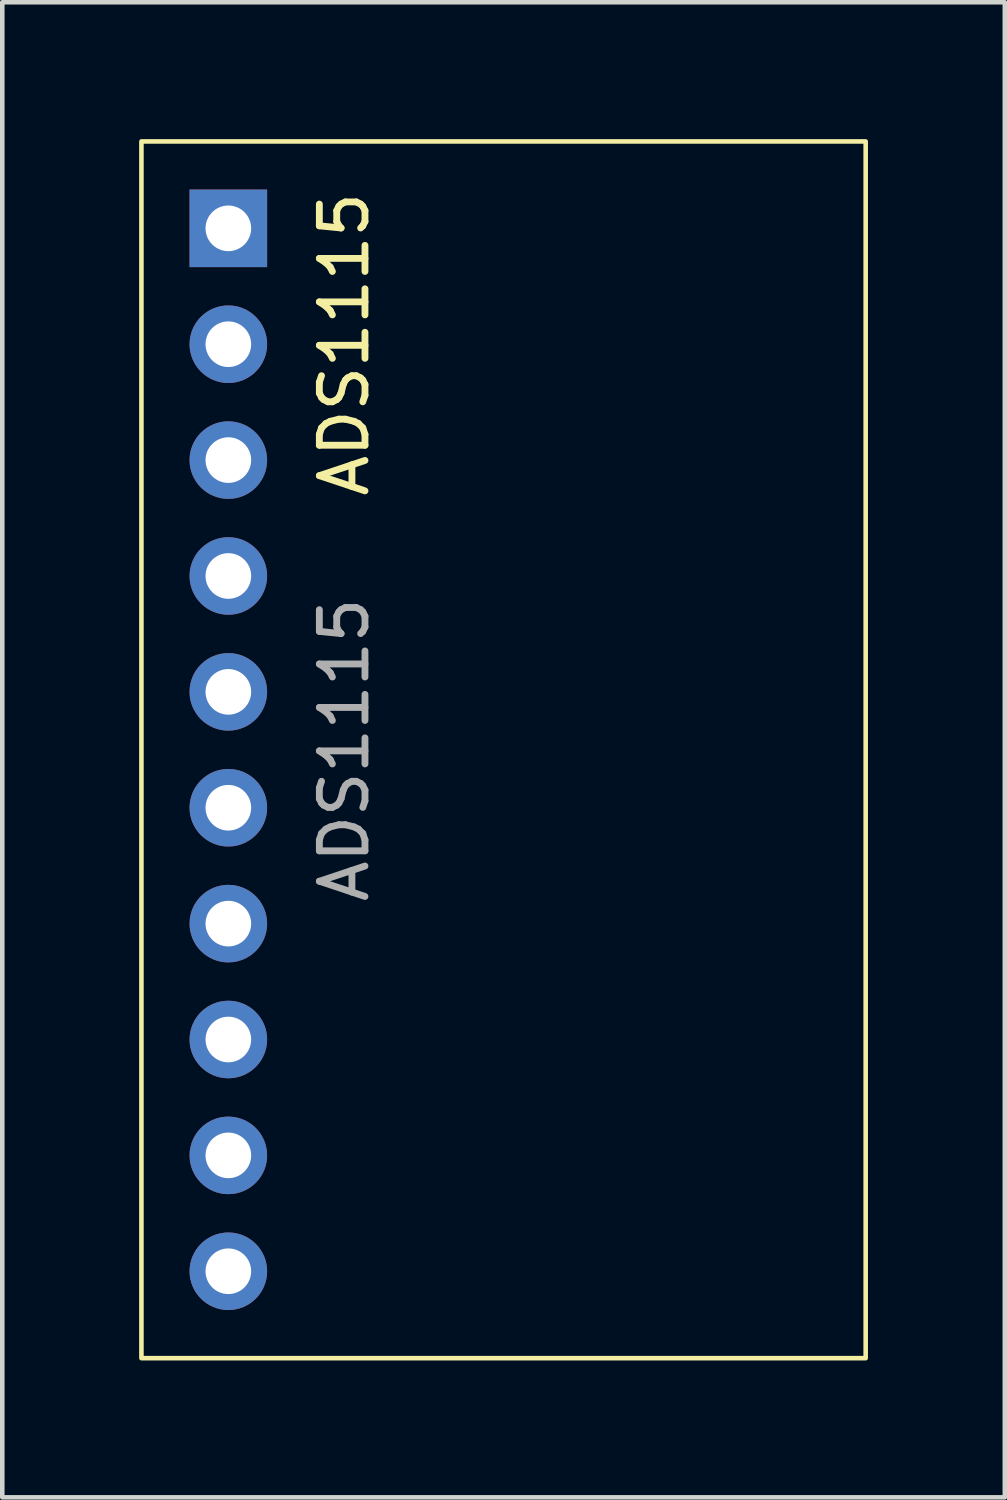
<source format=kicad_pcb>
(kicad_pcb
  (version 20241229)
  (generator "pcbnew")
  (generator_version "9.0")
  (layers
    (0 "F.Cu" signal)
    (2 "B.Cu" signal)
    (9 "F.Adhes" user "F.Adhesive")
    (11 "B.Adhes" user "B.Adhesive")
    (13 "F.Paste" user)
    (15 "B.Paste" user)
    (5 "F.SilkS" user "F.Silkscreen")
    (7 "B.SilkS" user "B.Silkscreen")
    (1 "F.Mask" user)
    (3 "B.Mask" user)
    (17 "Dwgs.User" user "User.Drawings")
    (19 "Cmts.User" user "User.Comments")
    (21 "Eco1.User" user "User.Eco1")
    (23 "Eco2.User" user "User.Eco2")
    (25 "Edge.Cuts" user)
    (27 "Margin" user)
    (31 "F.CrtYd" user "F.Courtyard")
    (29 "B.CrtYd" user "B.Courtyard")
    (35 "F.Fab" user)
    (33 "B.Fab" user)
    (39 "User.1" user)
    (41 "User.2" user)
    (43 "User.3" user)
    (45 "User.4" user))
  (footprint "ADS1115"
    (layer "F.Cu")
    (at 1.955 1.955)
    (property "Reference" "ADS1115" (at 2.54 2.54 90) (layer "F.SilkS") (effects (font (size 1 1) (thickness 0.15))))
    (attr through_hole)
    (fp_rect (start -1.905 -1.905) (end 13.97 24.765) (stroke (width 0.1) (type default)) (fill no) (layer "F.SilkS"))
    (fp_line (start 0 0.3) (end 0 -0.3) (stroke (width 0.1) (type solid)) (layer "F.Fab"))
    (fp_line (start 0 2.84) (end 0 2.24) (stroke (width 0.1) (type solid)) (layer "F.Fab"))
    (fp_line (start 0 5.38) (end 0 4.78) (stroke (width 0.1) (type solid)) (layer "F.Fab"))
    (fp_line (start 0 7.92) (end 0 7.32) (stroke (width 0.1) (type solid)) (layer "F.Fab"))
    (fp_line (start 0 10.46) (end 0 9.86) (stroke (width 0.1) (type solid)) (layer "F.Fab"))
    (fp_line (start 0 13) (end 0 12.4) (stroke (width 0.1) (type solid)) (layer "F.Fab"))
    (fp_line (start 0 15.54) (end 0 14.94) (stroke (width 0.1) (type solid)) (layer "F.Fab"))
    (fp_line (start 0 18.08) (end 0 17.48) (stroke (width 0.1) (type solid)) (layer "F.Fab"))
    (fp_line (start 0 20.62) (end 0 20.02) (stroke (width 0.1) (type solid)) (layer "F.Fab"))
    (fp_line (start 0 23.16) (end 0 22.56) (stroke (width 0.1) (type solid)) (layer "F.Fab"))
    (fp_text user "${REFERENCE}" (at 2.54 11.43 90) (layer "F.Fab") (effects (font (size 1 1) (thickness 0.15))))
    (pad "1" thru_hole rect (at 0 0) (size 1.7 1.7) (drill 1) (layers "*.Cu" "*.Mask"))
    (pad "2" thru_hole oval (at 0 2.54) (size 1.7 1.7) (drill 1) (layers "*.Cu" "*.Mask"))
    (pad "3" thru_hole oval (at 0 5.08) (size 1.7 1.7) (drill 1) (layers "*.Cu" "*.Mask"))
    (pad "4" thru_hole oval (at 0 7.62) (size 1.7 1.7) (drill 1) (layers "*.Cu" "*.Mask"))
    (pad "5" thru_hole oval (at 0 10.16) (size 1.7 1.7) (drill 1) (layers "*.Cu" "*.Mask"))
    (pad "6" thru_hole oval (at 0 12.7) (size 1.7 1.7) (drill 1) (layers "*.Cu" "*.Mask"))
    (pad "7" thru_hole oval (at 0 15.24) (size 1.7 1.7) (drill 1) (layers "*.Cu" "*.Mask"))
    (pad "8" thru_hole oval (at 0 17.78) (size 1.7 1.7) (drill 1) (layers "*.Cu" "*.Mask"))
    (pad "9" thru_hole oval (at 0 20.32) (size 1.7 1.7) (drill 1) (layers "*.Cu" "*.Mask"))
    (pad "10" thru_hole oval (at 0 22.86) (size 1.7 1.7) (drill 1) (layers "*.Cu" "*.Mask")))
  (gr_rect
    (start -3 -3)
    (end 18.975 29.77)
    (stroke (width 0.1) (type default))
    (fill no)
    (layer "Edge.Cuts")))
</source>
